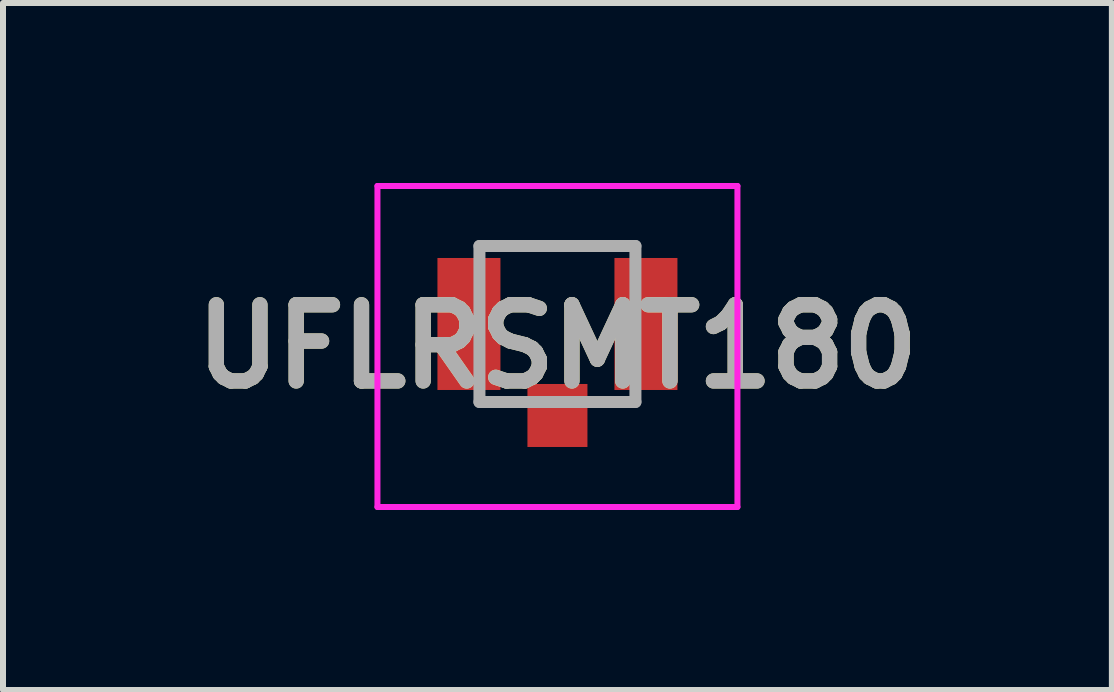
<source format=kicad_pcb>
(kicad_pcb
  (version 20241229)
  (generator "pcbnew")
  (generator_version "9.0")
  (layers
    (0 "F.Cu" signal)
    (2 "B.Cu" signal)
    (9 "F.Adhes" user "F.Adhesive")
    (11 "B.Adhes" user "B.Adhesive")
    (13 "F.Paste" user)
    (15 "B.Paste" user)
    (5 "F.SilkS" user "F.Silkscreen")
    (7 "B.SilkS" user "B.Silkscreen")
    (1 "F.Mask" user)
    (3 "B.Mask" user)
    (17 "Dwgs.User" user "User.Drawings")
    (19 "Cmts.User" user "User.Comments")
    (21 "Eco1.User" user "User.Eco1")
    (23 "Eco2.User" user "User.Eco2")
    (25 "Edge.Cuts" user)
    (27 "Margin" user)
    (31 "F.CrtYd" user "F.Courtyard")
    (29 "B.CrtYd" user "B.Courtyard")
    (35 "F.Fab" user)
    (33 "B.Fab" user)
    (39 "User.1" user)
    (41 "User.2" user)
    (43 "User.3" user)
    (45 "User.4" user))
  (footprint "UFLRSMT180"
    (layer "F.Cu")
    (at 6.241 2.462)
    (property "Reference" "UFLRSMT180" (at 0 0.263 0) (layer "F.SilkS") (effects (font (size 1.27 1.27) (thickness 0.254))))
    (attr smd)
    (fp_line (start -1.2 -1.412) (end 1.2 -1.412) (stroke (width 0.1) (type solid)) (layer "F.SilkS"))
    (fp_line (start -1.2 1.188) (end -0.8 1.188) (stroke (width 0.1) (type solid)) (layer "F.SilkS"))
    (fp_line (start 0.8 1.188) (end 1.3 1.188) (stroke (width 0.1) (type solid)) (layer "F.SilkS"))
    (fp_line (start -3 -2.412) (end 3 -2.412) (stroke (width 0.1) (type solid)) (layer "F.CrtYd"))
    (fp_line (start -3 2.938) (end -3 -2.412) (stroke (width 0.1) (type solid)) (layer "F.CrtYd"))
    (fp_line (start 3 -2.412) (end 3 2.938) (stroke (width 0.1) (type solid)) (layer "F.CrtYd"))
    (fp_line (start 3 2.938) (end -3 2.938) (stroke (width 0.1) (type solid)) (layer "F.CrtYd"))
    (fp_line (start -1.3 -1.412) (end 1.3 -1.412) (stroke (width 0.2) (type solid)) (layer "F.Fab"))
    (fp_line (start -1.3 1.188) (end -1.3 -1.412) (stroke (width 0.2) (type solid)) (layer "F.Fab"))
    (fp_line (start 1.3 -1.412) (end 1.3 1.188) (stroke (width 0.2) (type solid)) (layer "F.Fab"))
    (fp_line (start 1.3 1.188) (end -1.3 1.188) (stroke (width 0.2) (type solid)) (layer "F.Fab"))
    (fp_text user "${REFERENCE}" (at 0 0.263 0) (layer "F.Fab") (effects (font (size 1.27 1.27) (thickness 0.254))))
    (pad "1" smd rect (at 0 1.413) (size 1 1.05) (layers "F.Cu" "F.Mask" "F.Paste"))
    (pad "2" smd rect (at -1.475 -0.112) (size 1.05 2.2) (layers "F.Cu" "F.Mask" "F.Paste"))
    (pad "3" smd rect (at 1.475 -0.112) (size 1.05 2.2) (layers "F.Cu" "F.Mask" "F.Paste")))
  (gr_rect
    (start -3 -3)
    (end 15.482 8.45)
    (stroke (width 0.1) (type default))
    (fill no)
    (layer "Edge.Cuts")))
</source>
